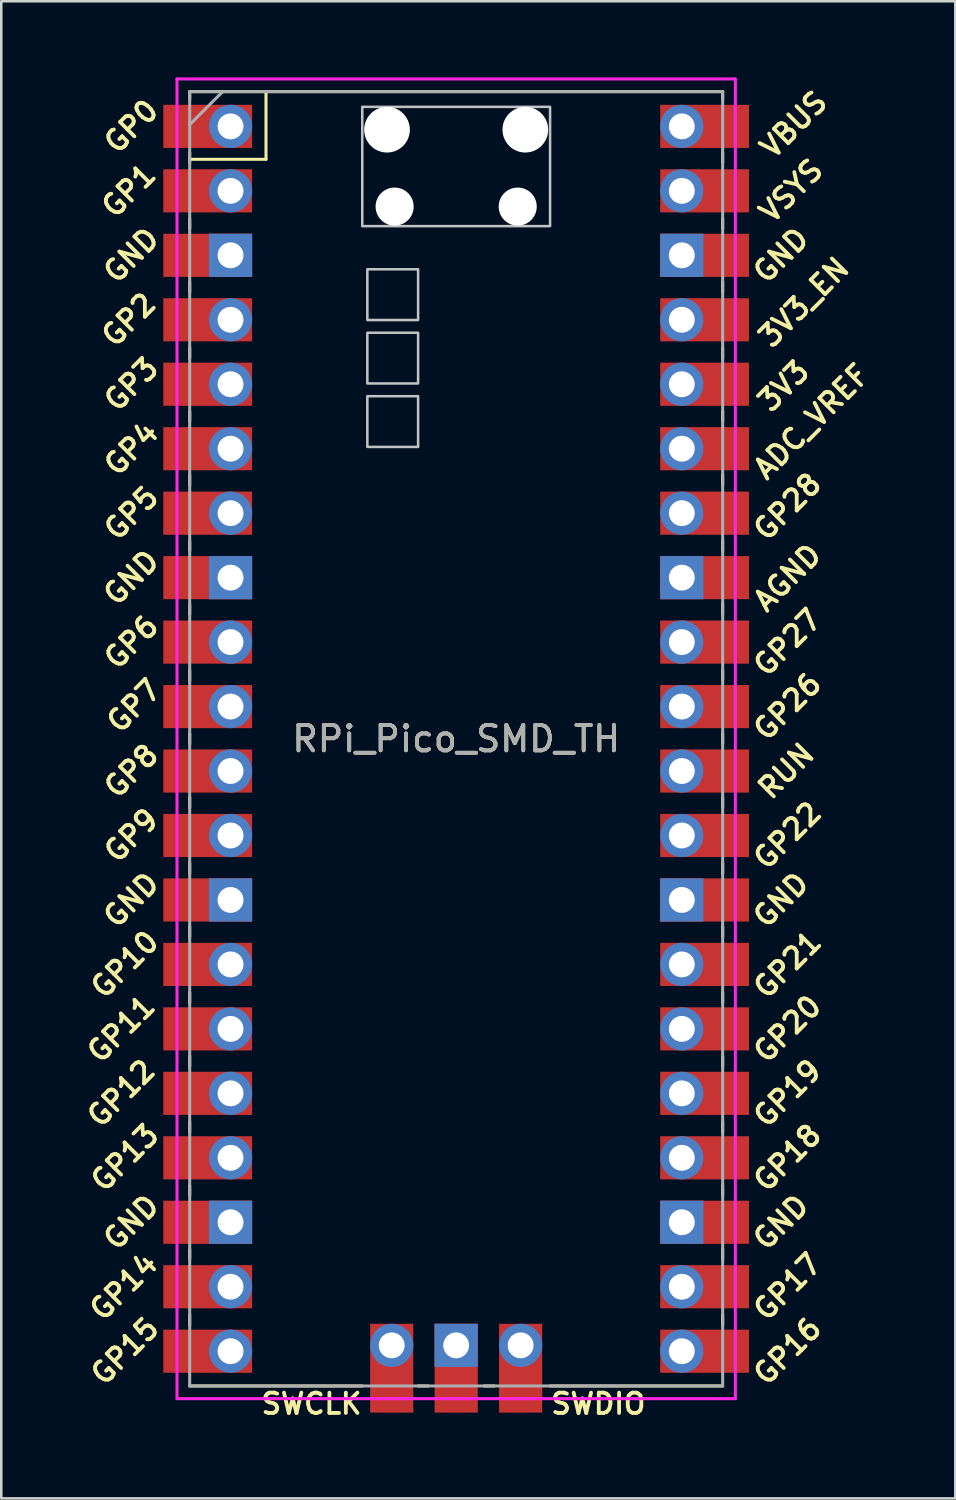
<source format=kicad_pcb>
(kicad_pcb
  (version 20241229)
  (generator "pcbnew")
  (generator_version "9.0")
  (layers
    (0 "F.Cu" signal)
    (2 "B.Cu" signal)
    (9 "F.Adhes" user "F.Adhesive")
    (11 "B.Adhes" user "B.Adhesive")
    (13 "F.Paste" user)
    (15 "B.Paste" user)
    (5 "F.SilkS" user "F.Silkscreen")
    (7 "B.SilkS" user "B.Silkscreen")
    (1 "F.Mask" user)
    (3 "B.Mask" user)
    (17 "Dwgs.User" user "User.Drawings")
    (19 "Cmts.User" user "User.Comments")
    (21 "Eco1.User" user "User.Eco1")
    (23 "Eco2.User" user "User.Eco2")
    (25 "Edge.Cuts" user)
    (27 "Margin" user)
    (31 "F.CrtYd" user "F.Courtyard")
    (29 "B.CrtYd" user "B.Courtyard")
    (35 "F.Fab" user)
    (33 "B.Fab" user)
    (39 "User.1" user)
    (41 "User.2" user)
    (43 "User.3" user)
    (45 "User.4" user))
  (footprint "RPi_Pico_SMD_TH"
    (layer "F.Cu")
    (at 14.924 26.06)
    (property "Reference" "RPi_Pico_SMD_TH" (at 0 0 0) (layer "F.SilkS") (effects (font (size 1 1) (thickness 0.15))))
    (attr through_hole)
    (fp_line (start -10.5 -25.5) (end -10.5 -25.2) (stroke (width 0.12) (type solid)) (layer "F.SilkS"))
    (fp_line (start -10.5 -25.5) (end 10.5 -25.5) (stroke (width 0.12) (type solid)) (layer "F.SilkS"))
    (fp_line (start -10.5 -23.1) (end -10.5 -22.7) (stroke (width 0.12) (type solid)) (layer "F.SilkS"))
    (fp_line (start -10.5 -22.833) (end -7.493 -22.833) (stroke (width 0.12) (type solid)) (layer "F.SilkS"))
    (fp_line (start -10.5 -20.5) (end -10.5 -20.1) (stroke (width 0.12) (type solid)) (layer "F.SilkS"))
    (fp_line (start -10.5 -18) (end -10.5 -17.6) (stroke (width 0.12) (type solid)) (layer "F.SilkS"))
    (fp_line (start -10.5 -15.4) (end -10.5 -15) (stroke (width 0.12) (type solid)) (layer "F.SilkS"))
    (fp_line (start -10.5 -12.9) (end -10.5 -12.5) (stroke (width 0.12) (type solid)) (layer "F.SilkS"))
    (fp_line (start -10.5 -10.4) (end -10.5 -10) (stroke (width 0.12) (type solid)) (layer "F.SilkS"))
    (fp_line (start -10.5 -7.8) (end -10.5 -7.4) (stroke (width 0.12) (type solid)) (layer "F.SilkS"))
    (fp_line (start -10.5 -5.3) (end -10.5 -4.9) (stroke (width 0.12) (type solid)) (layer "F.SilkS"))
    (fp_line (start -10.5 -2.7) (end -10.5 -2.3) (stroke (width 0.12) (type solid)) (layer "F.SilkS"))
    (fp_line (start -10.5 -0.2) (end -10.5 0.2) (stroke (width 0.12) (type solid)) (layer "F.SilkS"))
    (fp_line (start -10.5 2.3) (end -10.5 2.7) (stroke (width 0.12) (type solid)) (layer "F.SilkS"))
    (fp_line (start -10.5 4.9) (end -10.5 5.3) (stroke (width 0.12) (type solid)) (layer "F.SilkS"))
    (fp_line (start -10.5 7.4) (end -10.5 7.8) (stroke (width 0.12) (type solid)) (layer "F.SilkS"))
    (fp_line (start -10.5 10) (end -10.5 10.4) (stroke (width 0.12) (type solid)) (layer "F.SilkS"))
    (fp_line (start -10.5 12.5) (end -10.5 12.9) (stroke (width 0.12) (type solid)) (layer "F.SilkS"))
    (fp_line (start -10.5 15.1) (end -10.5 15.5) (stroke (width 0.12) (type solid)) (layer "F.SilkS"))
    (fp_line (start -10.5 17.6) (end -10.5 18) (stroke (width 0.12) (type solid)) (layer "F.SilkS"))
    (fp_line (start -10.5 20.1) (end -10.5 20.5) (stroke (width 0.12) (type solid)) (layer "F.SilkS"))
    (fp_line (start -10.5 22.7) (end -10.5 23.1) (stroke (width 0.12) (type solid)) (layer "F.SilkS"))
    (fp_line (start -7.493 -22.833) (end -7.493 -25.5) (stroke (width 0.12) (type solid)) (layer "F.SilkS"))
    (fp_line (start -3.7 25.5) (end -10.5 25.5) (stroke (width 0.12) (type solid)) (layer "F.SilkS"))
    (fp_line (start -1.5 25.5) (end -1.1 25.5) (stroke (width 0.12) (type solid)) (layer "F.SilkS"))
    (fp_line (start 1.1 25.5) (end 1.5 25.5) (stroke (width 0.12) (type solid)) (layer "F.SilkS"))
    (fp_line (start 10.5 -25.5) (end 10.5 -25.2) (stroke (width 0.12) (type solid)) (layer "F.SilkS"))
    (fp_line (start 10.5 -23.1) (end 10.5 -22.7) (stroke (width 0.12) (type solid)) (layer "F.SilkS"))
    (fp_line (start 10.5 -20.5) (end 10.5 -20.1) (stroke (width 0.12) (type solid)) (layer "F.SilkS"))
    (fp_line (start 10.5 -18) (end 10.5 -17.6) (stroke (width 0.12) (type solid)) (layer "F.SilkS"))
    (fp_line (start 10.5 -15.4) (end 10.5 -15) (stroke (width 0.12) (type solid)) (layer "F.SilkS"))
    (fp_line (start 10.5 -12.9) (end 10.5 -12.5) (stroke (width 0.12) (type solid)) (layer "F.SilkS"))
    (fp_line (start 10.5 -10.4) (end 10.5 -10) (stroke (width 0.12) (type solid)) (layer "F.SilkS"))
    (fp_line (start 10.5 -7.8) (end 10.5 -7.4) (stroke (width 0.12) (type solid)) (layer "F.SilkS"))
    (fp_line (start 10.5 -5.3) (end 10.5 -4.9) (stroke (width 0.12) (type solid)) (layer "F.SilkS"))
    (fp_line (start 10.5 -2.7) (end 10.5 -2.3) (stroke (width 0.12) (type solid)) (layer "F.SilkS"))
    (fp_line (start 10.5 -0.2) (end 10.5 0.2) (stroke (width 0.12) (type solid)) (layer "F.SilkS"))
    (fp_line (start 10.5 2.3) (end 10.5 2.7) (stroke (width 0.12) (type solid)) (layer "F.SilkS"))
    (fp_line (start 10.5 4.9) (end 10.5 5.3) (stroke (width 0.12) (type solid)) (layer "F.SilkS"))
    (fp_line (start 10.5 7.4) (end 10.5 7.8) (stroke (width 0.12) (type solid)) (layer "F.SilkS"))
    (fp_line (start 10.5 10) (end 10.5 10.4) (stroke (width 0.12) (type solid)) (layer "F.SilkS"))
    (fp_line (start 10.5 12.5) (end 10.5 12.9) (stroke (width 0.12) (type solid)) (layer "F.SilkS"))
    (fp_line (start 10.5 15.1) (end 10.5 15.5) (stroke (width 0.12) (type solid)) (layer "F.SilkS"))
    (fp_line (start 10.5 17.6) (end 10.5 18) (stroke (width 0.12) (type solid)) (layer "F.SilkS"))
    (fp_line (start 10.5 20.1) (end 10.5 20.5) (stroke (width 0.12) (type solid)) (layer "F.SilkS"))
    (fp_line (start 10.5 22.7) (end 10.5 23.1) (stroke (width 0.12) (type solid)) (layer "F.SilkS"))
    (fp_line (start 10.5 25.5) (end 3.7 25.5) (stroke (width 0.12) (type solid)) (layer "F.SilkS"))
    (fp_poly (pts (xy -1.5 -16.5) (xy -3.5 -16.5) (xy -3.5 -18.5) (xy -1.5 -18.5)) (stroke (width 0.1) (type solid)) (fill no) (layer "Dwgs.User"))
    (fp_poly (pts (xy -1.5 -14) (xy -3.5 -14) (xy -3.5 -16) (xy -1.5 -16)) (stroke (width 0.1) (type solid)) (fill no) (layer "Dwgs.User"))
    (fp_poly (pts (xy -1.5 -11.5) (xy -3.5 -11.5) (xy -3.5 -13.5) (xy -1.5 -13.5)) (stroke (width 0.1) (type solid)) (fill no) (layer "Dwgs.User"))
    (fp_poly (pts (xy 3.7 -20.2) (xy -3.7 -20.2) (xy -3.7 -24.9) (xy 3.7 -24.9)) (stroke (width 0.1) (type solid)) (fill no) (layer "Dwgs.User"))
    (fp_line (start -11 -26) (end 11 -26) (stroke (width 0.12) (type solid)) (layer "F.CrtYd"))
    (fp_line (start -11 26) (end -11 -26) (stroke (width 0.12) (type solid)) (layer "F.CrtYd"))
    (fp_line (start 11 -26) (end 11 26) (stroke (width 0.12) (type solid)) (layer "F.CrtYd"))
    (fp_line (start 11 26) (end -11 26) (stroke (width 0.12) (type solid)) (layer "F.CrtYd"))
    (fp_line (start -10.5 -25.5) (end 10.5 -25.5) (stroke (width 0.12) (type solid)) (layer "F.Fab"))
    (fp_line (start -10.5 -24.2) (end -9.2 -25.5) (stroke (width 0.12) (type solid)) (layer "F.Fab"))
    (fp_line (start -10.5 25.5) (end -10.5 -25.5) (stroke (width 0.12) (type solid)) (layer "F.Fab"))
    (fp_line (start 10.5 -25.5) (end 10.5 25.5) (stroke (width 0.12) (type solid)) (layer "F.Fab"))
    (fp_line (start 10.5 25.5) (end -10.5 25.5) (stroke (width 0.12) (type solid)) (layer "F.Fab"))
    (fp_text user "GP2" (at -12.9 -16.51 45) (layer "F.SilkS") (effects (font (size 0.8 0.8) (thickness 0.15))))
    (fp_text user "GND" (at -12.8 19.05 45) (layer "F.SilkS") (effects (font (size 0.8 0.8) (thickness 0.15))))
    (fp_text user "GND" (at 12.8 6.35 45) (layer "F.SilkS") (effects (font (size 0.8 0.8) (thickness 0.15))))
    (fp_text user "GP17" (at 13.054 21.59 45) (layer "F.SilkS") (effects (font (size 0.8 0.8) (thickness 0.15))))
    (fp_text user "GP5" (at -12.8 -8.89 45) (layer "F.SilkS") (effects (font (size 0.8 0.8) (thickness 0.15))))
    (fp_text user "GP21" (at 13.054 8.9 45) (layer "F.SilkS") (effects (font (size 0.8 0.8) (thickness 0.15))))
    (fp_text user "GP10" (at -13.054 8.89 45) (layer "F.SilkS") (effects (font (size 0.8 0.8) (thickness 0.15))))
    (fp_text user "GND" (at -12.8 -6.35 45) (layer "F.SilkS") (effects (font (size 0.8 0.8) (thickness 0.15))))
    (fp_text user "SWDIO" (at 5.6 26.2 0) (layer "F.SilkS") (effects (font (size 0.8 0.8) (thickness 0.15))))
    (fp_text user "GP16" (at 13.054 24.13 45) (layer "F.SilkS") (effects (font (size 0.8 0.8) (thickness 0.15))))
    (fp_text user "GP8" (at -12.8 1.27 45) (layer "F.SilkS") (effects (font (size 0.8 0.8) (thickness 0.15))))
    (fp_text user "GP9" (at -12.8 3.81 45) (layer "F.SilkS") (effects (font (size 0.8 0.8) (thickness 0.15))))
    (fp_text user "RUN" (at 13 1.27 45) (layer "F.SilkS") (effects (font (size 0.8 0.8) (thickness 0.15))))
    (fp_text user "VBUS" (at 13.3 -24.2 45) (layer "F.SilkS") (effects (font (size 0.8 0.8) (thickness 0.15))))
    (fp_text user "GP20" (at 13.054 11.43 45) (layer "F.SilkS") (effects (font (size 0.8 0.8) (thickness 0.15))))
    (fp_text user "GND" (at -12.8 -19.05 45) (layer "F.SilkS") (effects (font (size 0.8 0.8) (thickness 0.15))))
    (fp_text user "GP15" (at -13.054 24.13 45) (layer "F.SilkS") (effects (font (size 0.8 0.8) (thickness 0.15))))
    (fp_text user "GP28" (at 13.054 -9.144 45) (layer "F.SilkS") (effects (font (size 0.8 0.8) (thickness 0.15))))
    (fp_text user "GND" (at 12.8 -19.05 45) (layer "F.SilkS") (effects (font (size 0.8 0.8) (thickness 0.15))))
    (fp_text user "GP13" (at -13.054 16.51 45) (layer "F.SilkS") (effects (font (size 0.8 0.8) (thickness 0.15))))
    (fp_text user "AGND" (at 13.054 -6.35 45) (layer "F.SilkS") (effects (font (size 0.8 0.8) (thickness 0.15))))
    (fp_text user "GP18" (at 13.054 16.51 45) (layer "F.SilkS") (effects (font (size 0.8 0.8) (thickness 0.15))))
    (fp_text user "GP19" (at 13.054 13.97 45) (layer "F.SilkS") (effects (font (size 0.8 0.8) (thickness 0.15))))
    (fp_text user "3V3" (at 12.9 -13.9 45) (layer "F.SilkS") (effects (font (size 0.8 0.8) (thickness 0.15))))
    (fp_text user "VSYS" (at 13.2 -21.59 45) (layer "F.SilkS") (effects (font (size 0.8 0.8) (thickness 0.15))))
    (fp_text user "GP7" (at -12.7 -1.3 45) (layer "F.SilkS") (effects (font (size 0.8 0.8) (thickness 0.15))))
    (fp_text user "GND" (at -12.8 6.35 45) (layer "F.SilkS") (effects (font (size 0.8 0.8) (thickness 0.15))))
    (fp_text user "GP22" (at 13.054 3.81 45) (layer "F.SilkS") (effects (font (size 0.8 0.8) (thickness 0.15))))
    (fp_text user "GP12" (at -13.2 13.97 45) (layer "F.SilkS") (effects (font (size 0.8 0.8) (thickness 0.15))))
    (fp_text user "GP26" (at 13.054 -1.27 45) (layer "F.SilkS") (effects (font (size 0.8 0.8) (thickness 0.15))))
    (fp_text user "3V3_EN" (at 13.7 -17.2 45) (layer "F.SilkS") (effects (font (size 0.8 0.8) (thickness 0.15))))
    (fp_text user "ADC_VREF" (at 14 -12.5 45) (layer "F.SilkS") (effects (font (size 0.8 0.8) (thickness 0.15))))
    (fp_text user "GP11" (at -13.2 11.43 45) (layer "F.SilkS") (effects (font (size 0.8 0.8) (thickness 0.15))))
    (fp_text user "GND" (at 12.8 19.05 45) (layer "F.SilkS") (effects (font (size 0.8 0.8) (thickness 0.15))))
    (fp_text user "SWCLK" (at -5.7 26.2 0) (layer "F.SilkS") (effects (font (size 0.8 0.8) (thickness 0.15))))
    (fp_text user "GP3" (at -12.8 -13.97 45) (layer "F.SilkS") (effects (font (size 0.8 0.8) (thickness 0.15))))
    (fp_text user "GP1" (at -12.9 -21.6 45) (layer "F.SilkS") (effects (font (size 0.8 0.8) (thickness 0.15))))
    (fp_text user "GP27" (at 13.054 -3.8 45) (layer "F.SilkS") (effects (font (size 0.8 0.8) (thickness 0.15))))
    (fp_text user "GP0" (at -12.8 -24.13 45) (layer "F.SilkS") (effects (font (size 0.8 0.8) (thickness 0.15))))
    (fp_text user "GP6" (at -12.8 -3.81 45) (layer "F.SilkS") (effects (font (size 0.8 0.8) (thickness 0.15))))
    (fp_text user "GP4" (at -12.8 -11.43 45) (layer "F.SilkS") (effects (font (size 0.8 0.8) (thickness 0.15))))
    (fp_text user "GP14" (at -13.1 21.59 45) (layer "F.SilkS") (effects (font (size 0.8 0.8) (thickness 0.15))))
    (fp_text user "${REFERENCE}" (at 0 0 180) (layer "F.Fab") (effects (font (size 1 1) (thickness 0.15))))
    (pad "" np_thru_hole oval (at -2.725 -24) (size 1.8 1.8) (drill 1.8) (layers "*.Cu" "*.Mask"))
    (pad "" np_thru_hole oval (at -2.425 -20.97) (size 1.5 1.5) (drill 1.5) (layers "*.Cu" "*.Mask"))
    (pad "" np_thru_hole oval (at 2.425 -20.97) (size 1.5 1.5) (drill 1.5) (layers "*.Cu" "*.Mask"))
    (pad "" np_thru_hole oval (at 2.725 -24) (size 1.8 1.8) (drill 1.8) (layers "*.Cu" "*.Mask"))
    (pad "1" thru_hole oval (at -8.89 -24.13) (size 1.7 1.7) (drill 1.02) (layers "*.Cu" "*.Mask"))
    (pad "1" smd rect (at -8.89 -24.13) (size 3.5 1.7) (drill (offset -0.9 0)) (layers "F.Cu" "F.Mask"))
    (pad "2" thru_hole oval (at -8.89 -21.59) (size 1.7 1.7) (drill 1.02) (layers "*.Cu" "*.Mask"))
    (pad "2" smd rect (at -8.89 -21.59) (size 3.5 1.7) (drill (offset -0.9 0)) (layers "F.Cu" "F.Mask"))
    (pad "3" thru_hole rect (at -8.89 -19.05) (size 1.7 1.7) (drill 1.02) (layers "*.Cu" "*.Mask"))
    (pad "3" smd rect (at -8.89 -19.05) (size 3.5 1.7) (drill (offset -0.9 0)) (layers "F.Cu" "F.Mask"))
    (pad "4" thru_hole oval (at -8.89 -16.51) (size 1.7 1.7) (drill 1.02) (layers "*.Cu" "*.Mask"))
    (pad "4" smd rect (at -8.89 -16.51) (size 3.5 1.7) (drill (offset -0.9 0)) (layers "F.Cu" "F.Mask"))
    (pad "5" thru_hole oval (at -8.89 -13.97) (size 1.7 1.7) (drill 1.02) (layers "*.Cu" "*.Mask"))
    (pad "5" smd rect (at -8.89 -13.97) (size 3.5 1.7) (drill (offset -0.9 0)) (layers "F.Cu" "F.Mask"))
    (pad "6" thru_hole oval (at -8.89 -11.43) (size 1.7 1.7) (drill 1.02) (layers "*.Cu" "*.Mask"))
    (pad "6" smd rect (at -8.89 -11.43) (size 3.5 1.7) (drill (offset -0.9 0)) (layers "F.Cu" "F.Mask"))
    (pad "7" thru_hole oval (at -8.89 -8.89) (size 1.7 1.7) (drill 1.02) (layers "*.Cu" "*.Mask"))
    (pad "7" smd rect (at -8.89 -8.89) (size 3.5 1.7) (drill (offset -0.9 0)) (layers "F.Cu" "F.Mask"))
    (pad "8" thru_hole rect (at -8.89 -6.35) (size 1.7 1.7) (drill 1.02) (layers "*.Cu" "*.Mask"))
    (pad "8" smd rect (at -8.89 -6.35) (size 3.5 1.7) (drill (offset -0.9 0)) (layers "F.Cu" "F.Mask"))
    (pad "9" thru_hole oval (at -8.89 -3.81) (size 1.7 1.7) (drill 1.02) (layers "*.Cu" "*.Mask"))
    (pad "9" smd rect (at -8.89 -3.81) (size 3.5 1.7) (drill (offset -0.9 0)) (layers "F.Cu" "F.Mask"))
    (pad "10" thru_hole oval (at -8.89 -1.27) (size 1.7 1.7) (drill 1.02) (layers "*.Cu" "*.Mask"))
    (pad "10" smd rect (at -8.89 -1.27) (size 3.5 1.7) (drill (offset -0.9 0)) (layers "F.Cu" "F.Mask"))
    (pad "11" thru_hole oval (at -8.89 1.27) (size 1.7 1.7) (drill 1.02) (layers "*.Cu" "*.Mask"))
    (pad "11" smd rect (at -8.89 1.27) (size 3.5 1.7) (drill (offset -0.9 0)) (layers "F.Cu" "F.Mask"))
    (pad "12" thru_hole oval (at -8.89 3.81) (size 1.7 1.7) (drill 1.02) (layers "*.Cu" "*.Mask"))
    (pad "12" smd rect (at -8.89 3.81) (size 3.5 1.7) (drill (offset -0.9 0)) (layers "F.Cu" "F.Mask"))
    (pad "13" thru_hole rect (at -8.89 6.35) (size 1.7 1.7) (drill 1.02) (layers "*.Cu" "*.Mask"))
    (pad "13" smd rect (at -8.89 6.35) (size 3.5 1.7) (drill (offset -0.9 0)) (layers "F.Cu" "F.Mask"))
    (pad "14" thru_hole oval (at -8.89 8.89) (size 1.7 1.7) (drill 1.02) (layers "*.Cu" "*.Mask"))
    (pad "14" smd rect (at -8.89 8.89) (size 3.5 1.7) (drill (offset -0.9 0)) (layers "F.Cu" "F.Mask"))
    (pad "15" thru_hole oval (at -8.89 11.43) (size 1.7 1.7) (drill 1.02) (layers "*.Cu" "*.Mask"))
    (pad "15" smd rect (at -8.89 11.43) (size 3.5 1.7) (drill (offset -0.9 0)) (layers "F.Cu" "F.Mask"))
    (pad "16" thru_hole oval (at -8.89 13.97) (size 1.7 1.7) (drill 1.02) (layers "*.Cu" "*.Mask"))
    (pad "16" smd rect (at -8.89 13.97) (size 3.5 1.7) (drill (offset -0.9 0)) (layers "F.Cu" "F.Mask"))
    (pad "17" thru_hole oval (at -8.89 16.51) (size 1.7 1.7) (drill 1.02) (layers "*.Cu" "*.Mask"))
    (pad "17" smd rect (at -8.89 16.51) (size 3.5 1.7) (drill (offset -0.9 0)) (layers "F.Cu" "F.Mask"))
    (pad "18" thru_hole rect (at -8.89 19.05) (size 1.7 1.7) (drill 1.02) (layers "*.Cu" "*.Mask"))
    (pad "18" smd rect (at -8.89 19.05) (size 3.5 1.7) (drill (offset -0.9 0)) (layers "F.Cu" "F.Mask"))
    (pad "19" thru_hole oval (at -8.89 21.59) (size 1.7 1.7) (drill 1.02) (layers "*.Cu" "*.Mask"))
    (pad "19" smd rect (at -8.89 21.59) (size 3.5 1.7) (drill (offset -0.9 0)) (layers "F.Cu" "F.Mask"))
    (pad "20" thru_hole oval (at -8.89 24.13) (size 1.7 1.7) (drill 1.02) (layers "*.Cu" "*.Mask"))
    (pad "20" smd rect (at -8.89 24.13) (size 3.5 1.7) (drill (offset -0.9 0)) (layers "F.Cu" "F.Mask"))
    (pad "21" thru_hole oval (at 8.89 24.13) (size 1.7 1.7) (drill 1.02) (layers "*.Cu" "*.Mask"))
    (pad "21" smd rect (at 8.89 24.13) (size 3.5 1.7) (drill (offset 0.9 0)) (layers "F.Cu" "F.Mask"))
    (pad "22" thru_hole oval (at 8.89 21.59) (size 1.7 1.7) (drill 1.02) (layers "*.Cu" "*.Mask"))
    (pad "22" smd rect (at 8.89 21.59) (size 3.5 1.7) (drill (offset 0.9 0)) (layers "F.Cu" "F.Mask"))
    (pad "23" thru_hole rect (at 8.89 19.05) (size 1.7 1.7) (drill 1.02) (layers "*.Cu" "*.Mask"))
    (pad "23" smd rect (at 8.89 19.05) (size 3.5 1.7) (drill (offset 0.9 0)) (layers "F.Cu" "F.Mask"))
    (pad "24" thru_hole oval (at 8.89 16.51) (size 1.7 1.7) (drill 1.02) (layers "*.Cu" "*.Mask"))
    (pad "24" smd rect (at 8.89 16.51) (size 3.5 1.7) (drill (offset 0.9 0)) (layers "F.Cu" "F.Mask"))
    (pad "25" thru_hole oval (at 8.89 13.97) (size 1.7 1.7) (drill 1.02) (layers "*.Cu" "*.Mask"))
    (pad "25" smd rect (at 8.89 13.97) (size 3.5 1.7) (drill (offset 0.9 0)) (layers "F.Cu" "F.Mask"))
    (pad "26" thru_hole oval (at 8.89 11.43) (size 1.7 1.7) (drill 1.02) (layers "*.Cu" "*.Mask"))
    (pad "26" smd rect (at 8.89 11.43) (size 3.5 1.7) (drill (offset 0.9 0)) (layers "F.Cu" "F.Mask"))
    (pad "27" thru_hole oval (at 8.89 8.89) (size 1.7 1.7) (drill 1.02) (layers "*.Cu" "*.Mask"))
    (pad "27" smd rect (at 8.89 8.89) (size 3.5 1.7) (drill (offset 0.9 0)) (layers "F.Cu" "F.Mask"))
    (pad "28" thru_hole rect (at 8.89 6.35) (size 1.7 1.7) (drill 1.02) (layers "*.Cu" "*.Mask"))
    (pad "28" smd rect (at 8.89 6.35) (size 3.5 1.7) (drill (offset 0.9 0)) (layers "F.Cu" "F.Mask"))
    (pad "29" thru_hole oval (at 8.89 3.81) (size 1.7 1.7) (drill 1.02) (layers "*.Cu" "*.Mask"))
    (pad "29" smd rect (at 8.89 3.81) (size 3.5 1.7) (drill (offset 0.9 0)) (layers "F.Cu" "F.Mask"))
    (pad "30" thru_hole oval (at 8.89 1.27) (size 1.7 1.7) (drill 1.02) (layers "*.Cu" "*.Mask"))
    (pad "30" smd rect (at 8.89 1.27) (size 3.5 1.7) (drill (offset 0.9 0)) (layers "F.Cu" "F.Mask"))
    (pad "31" thru_hole oval (at 8.89 -1.27) (size 1.7 1.7) (drill 1.02) (layers "*.Cu" "*.Mask"))
    (pad "31" smd rect (at 8.89 -1.27) (size 3.5 1.7) (drill (offset 0.9 0)) (layers "F.Cu" "F.Mask"))
    (pad "32" thru_hole oval (at 8.89 -3.81) (size 1.7 1.7) (drill 1.02) (layers "*.Cu" "*.Mask"))
    (pad "32" smd rect (at 8.89 -3.81) (size 3.5 1.7) (drill (offset 0.9 0)) (layers "F.Cu" "F.Mask"))
    (pad "33" thru_hole rect (at 8.89 -6.35) (size 1.7 1.7) (drill 1.02) (layers "*.Cu" "*.Mask"))
    (pad "33" smd rect (at 8.89 -6.35) (size 3.5 1.7) (drill (offset 0.9 0)) (layers "F.Cu" "F.Mask"))
    (pad "34" thru_hole oval (at 8.89 -8.89) (size 1.7 1.7) (drill 1.02) (layers "*.Cu" "*.Mask"))
    (pad "34" smd rect (at 8.89 -8.89) (size 3.5 1.7) (drill (offset 0.9 0)) (layers "F.Cu" "F.Mask"))
    (pad "35" thru_hole oval (at 8.89 -11.43) (size 1.7 1.7) (drill 1.02) (layers "*.Cu" "*.Mask"))
    (pad "35" smd rect (at 8.89 -11.43) (size 3.5 1.7) (drill (offset 0.9 0)) (layers "F.Cu" "F.Mask"))
    (pad "36" thru_hole oval (at 8.89 -13.97) (size 1.7 1.7) (drill 1.02) (layers "*.Cu" "*.Mask"))
    (pad "36" smd rect (at 8.89 -13.97) (size 3.5 1.7) (drill (offset 0.9 0)) (layers "F.Cu" "F.Mask"))
    (pad "37" thru_hole oval (at 8.89 -16.51) (size 1.7 1.7) (drill 1.02) (layers "*.Cu" "*.Mask"))
    (pad "37" smd rect (at 8.89 -16.51) (size 3.5 1.7) (drill (offset 0.9 0)) (layers "F.Cu" "F.Mask"))
    (pad "38" thru_hole rect (at 8.89 -19.05) (size 1.7 1.7) (drill 1.02) (layers "*.Cu" "*.Mask"))
    (pad "38" smd rect (at 8.89 -19.05) (size 3.5 1.7) (drill (offset 0.9 0)) (layers "F.Cu" "F.Mask"))
    (pad "39" thru_hole oval (at 8.89 -21.59) (size 1.7 1.7) (drill 1.02) (layers "*.Cu" "*.Mask"))
    (pad "39" smd rect (at 8.89 -21.59) (size 3.5 1.7) (drill (offset 0.9 0)) (layers "F.Cu" "F.Mask"))
    (pad "40" thru_hole oval (at 8.89 -24.13) (size 1.7 1.7) (drill 1.02) (layers "*.Cu" "*.Mask"))
    (pad "40" smd rect (at 8.89 -24.13) (size 3.5 1.7) (drill (offset 0.9 0)) (layers "F.Cu" "F.Mask"))
    (pad "41" thru_hole oval (at -2.54 23.9) (size 1.7 1.7) (drill 1.02) (layers "*.Cu" "*.Mask"))
    (pad "41" smd rect (at -2.54 23.9 90) (size 3.5 1.7) (drill (offset -0.9 0)) (layers "F.Cu" "F.Mask"))
    (pad "42" thru_hole rect (at 0 23.9) (size 1.7 1.7) (drill 1.02) (layers "*.Cu" "*.Mask"))
    (pad "42" smd rect (at 0 23.9 90) (size 3.5 1.7) (drill (offset -0.9 0)) (layers "F.Cu" "F.Mask"))
    (pad "43" thru_hole oval (at 2.54 23.9) (size 1.7 1.7) (drill 1.02) (layers "*.Cu" "*.Mask"))
    (pad "43" smd rect (at 2.54 23.9 90) (size 3.5 1.7) (drill (offset -0.9 0)) (layers "F.Cu" "F.Mask")))
  (gr_rect
    (start -3 -3)
    (end 34.591 55.991)
    (stroke (width 0.1) (type default))
    (fill no)
    (layer "Edge.Cuts")))
</source>
